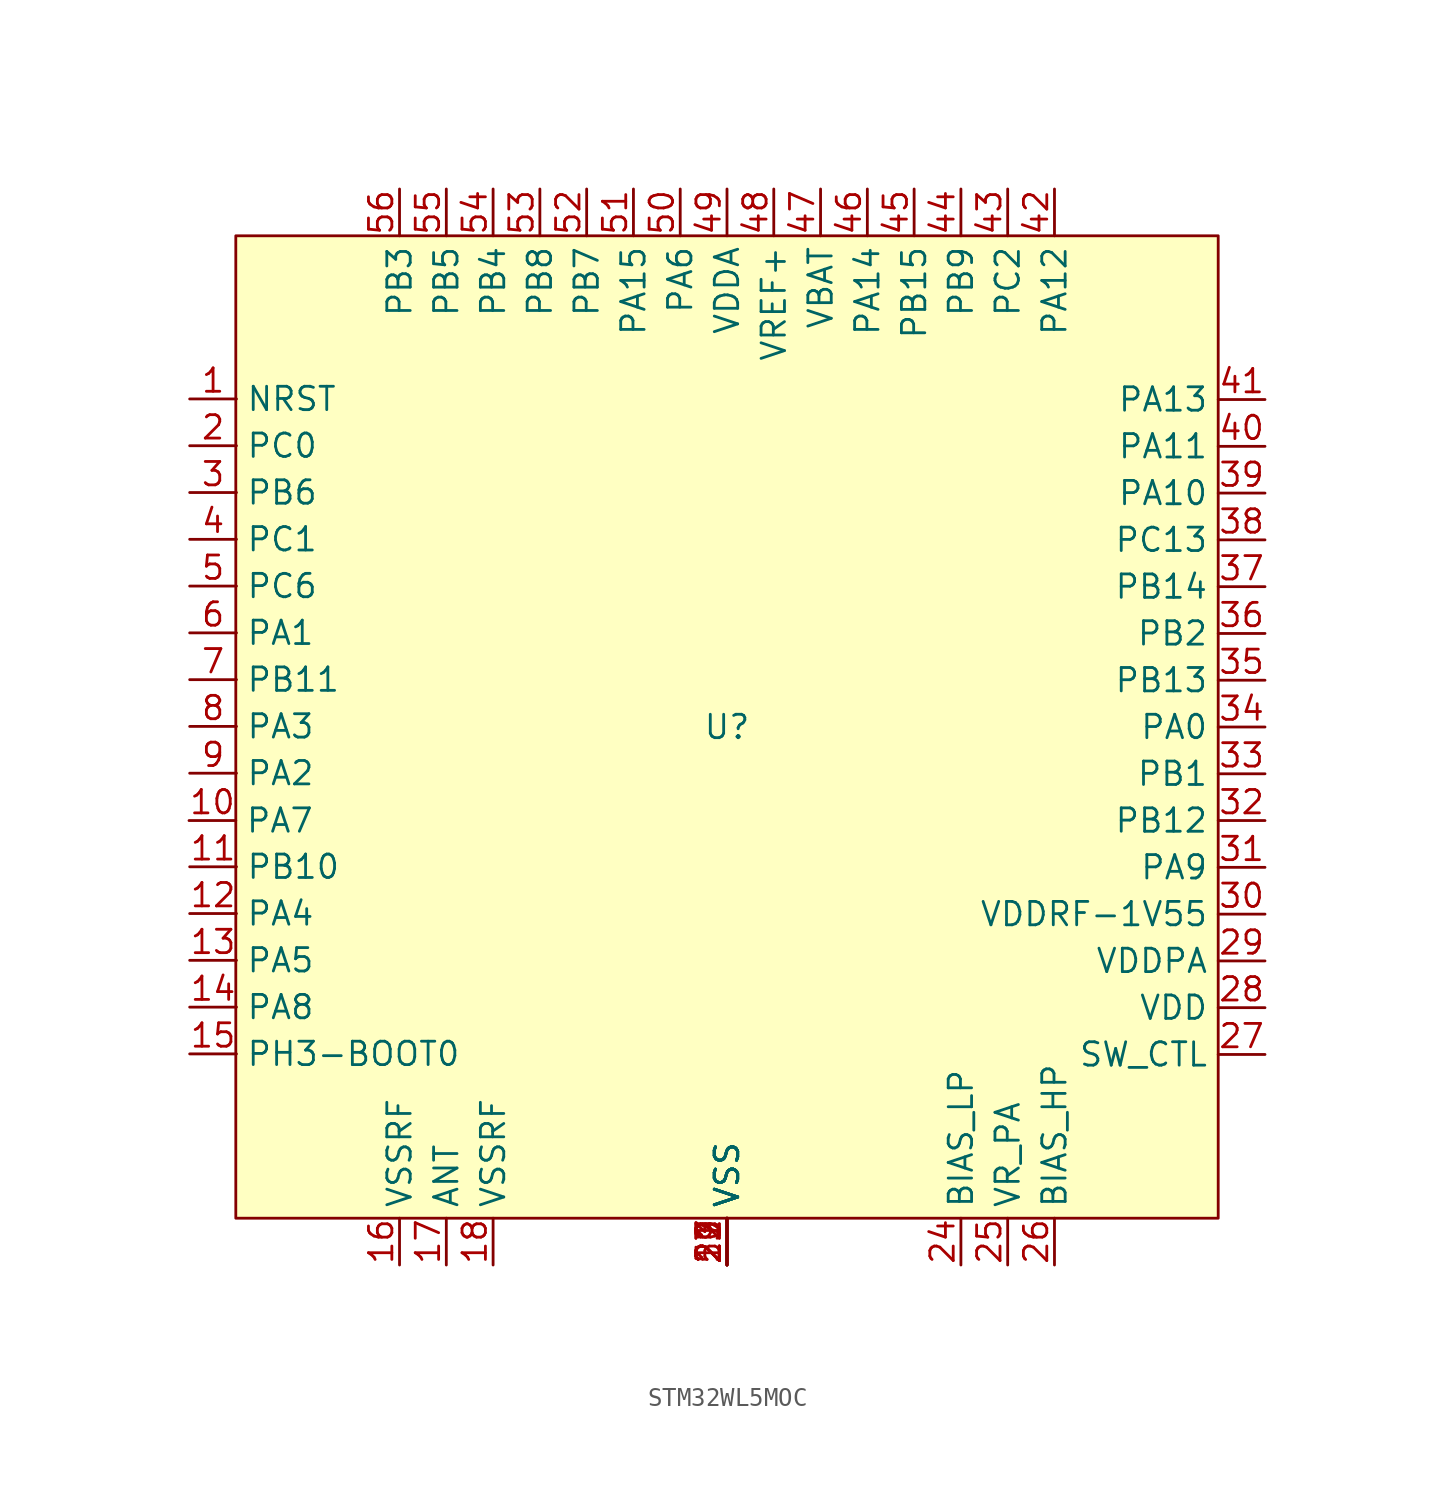
<source format=kicad_sym>
(kicad_symbol_lib
  (version 20231120)
  (generator "kicad_symbol_editor")
  (generator_version "8.0")
  (symbol "STM32WL5MOC"
    (property "Reference" "U"
      (at 0 0 0)
      (effects (font (size 1.27 1.27))))
    (property "Value" ""
      (at 0 0 0)
      (effects (font (size 1.27 1.27))))
    (symbol "STM32WL5MOC_1_1"
      (rectangle (start -26.67 26.67) (end 26.67 -26.67) (stroke (width 0) (type default)) (fill (type background)))
      (pin bidirectional line (at -29.174 17.811 0) (length 2.54) (name "NRST" (effects (font (size 1.27 1.27)))) (number "1" (effects (font (size 1.27 1.27)))))
      (pin bidirectional line (at -29.21 -5.08 0) (length 2.54) (name "PA7" (effects (font (size 1.27 1.27)))) (number "10" (effects (font (size 1.27 1.27)))))
      (pin bidirectional line (at -29.174 -7.589 0) (length 2.54) (name "PB10" (effects (font (size 1.27 1.27)))) (number "11" (effects (font (size 1.27 1.27)))))
      (pin bidirectional line (at -29.174 -10.129 0) (length 2.54) (name "PA4" (effects (font (size 1.27 1.27)))) (number "12" (effects (font (size 1.27 1.27)))))
      (pin bidirectional line (at -29.174 -12.669 0) (length 2.54) (name "PA5" (effects (font (size 1.27 1.27)))) (number "13" (effects (font (size 1.27 1.27)))))
      (pin bidirectional line (at -29.174 -15.209 0) (length 2.54) (name "PA8" (effects (font (size 1.27 1.27)))) (number "14" (effects (font (size 1.27 1.27)))))
      (pin bidirectional line (at -29.174 -17.749 0) (length 2.54) (name "PH3-BOOT0" (effects (font (size 1.27 1.27)))) (number "15" (effects (font (size 1.27 1.27)))))
      (pin bidirectional line (at -17.78 -29.21 90) (length 2.54) (name "VSSRF" (effects (font (size 1.27 1.27)))) (number "16" (effects (font (size 1.27 1.27)))))
      (pin bidirectional line (at -15.24 -29.21 90) (length 2.54) (name "ANT" (effects (font (size 1.27 1.27)))) (number "17" (effects (font (size 1.27 1.27)))))
      (pin bidirectional line (at -12.7 -29.21 90) (length 2.54) (name "VSSRF" (effects (font (size 1.27 1.27)))) (number "18" (effects (font (size 1.27 1.27)))))
      (pin bidirectional line (at 0 -29.21 90) (length 2.54) (name "VSS" (effects (font (size 1.27 1.27)))) (number "19" (effects (font (size 1.27 1.27)))))
      (pin bidirectional line (at -29.174 15.271 0) (length 2.54) (name "PC0" (effects (font (size 1.27 1.27)))) (number "2" (effects (font (size 1.27 1.27)))))
      (pin bidirectional line (at 0 -29.21 90) (length 2.54) (name "VSS" (effects (font (size 1.27 1.27)))) (number "20" (effects (font (size 1.27 1.27)))))
      (pin bidirectional line (at 0 -29.21 90) (length 2.54) (name "VSS" (effects (font (size 1.27 1.27)))) (number "21" (effects (font (size 1.27 1.27)))))
      (pin bidirectional line (at 0 -29.21 90) (length 2.54) (name "VSS" (effects (font (size 1.27 1.27)))) (number "22" (effects (font (size 1.27 1.27)))))
      (pin bidirectional line (at 0 -29.21 90) (length 2.54) (name "VSS" (effects (font (size 1.27 1.27)))) (number "23" (effects (font (size 1.27 1.27)))))
      (pin bidirectional line (at 12.7 -29.21 90) (length 2.54) (name "BIAS_LP" (effects (font (size 1.27 1.27)))) (number "24" (effects (font (size 1.27 1.27)))))
      (pin bidirectional line (at 15.24 -29.21 90) (length 2.54) (name "VR_PA" (effects (font (size 1.27 1.27)))) (number "25" (effects (font (size 1.27 1.27)))))
      (pin bidirectional line (at 17.78 -29.21 90) (length 2.54) (name "BIAS_HP" (effects (font (size 1.27 1.27)))) (number "26" (effects (font (size 1.27 1.27)))))
      (pin bidirectional line (at 29.21 -17.78 180) (length 2.54) (name "SW_CTL" (effects (font (size 1.27 1.27)))) (number "27" (effects (font (size 1.27 1.27)))))
      (pin bidirectional line (at 29.21 -15.24 180) (length 2.54) (name "VDD" (effects (font (size 1.27 1.27)))) (number "28" (effects (font (size 1.27 1.27)))))
      (pin bidirectional line (at 29.21 -12.7 180) (length 2.54) (name "VDDPA" (effects (font (size 1.27 1.27)))) (number "29" (effects (font (size 1.27 1.27)))))
      (pin bidirectional line (at -29.174 12.731 0) (length 2.54) (name "PB6" (effects (font (size 1.27 1.27)))) (number "3" (effects (font (size 1.27 1.27)))))
      (pin bidirectional line (at 29.21 -10.16 180) (length 2.54) (name "VDDRF-1V55" (effects (font (size 1.27 1.27)))) (number "30" (effects (font (size 1.27 1.27)))))
      (pin bidirectional line (at 29.21 -7.62 180) (length 2.54) (name "PA9" (effects (font (size 1.27 1.27)))) (number "31" (effects (font (size 1.27 1.27)))))
      (pin bidirectional line (at 29.21 -5.08 180) (length 2.54) (name "PB12" (effects (font (size 1.27 1.27)))) (number "32" (effects (font (size 1.27 1.27)))))
      (pin bidirectional line (at 29.21 -2.54 180) (length 2.54) (name "PB1" (effects (font (size 1.27 1.27)))) (number "33" (effects (font (size 1.27 1.27)))))
      (pin bidirectional line (at 29.21 0 180) (length 2.54) (name "PA0" (effects (font (size 1.27 1.27)))) (number "34" (effects (font (size 1.27 1.27)))))
      (pin bidirectional line (at 29.21 2.54 180) (length 2.54) (name "PB13" (effects (font (size 1.27 1.27)))) (number "35" (effects (font (size 1.27 1.27)))))
      (pin bidirectional line (at 29.21 5.08 180) (length 2.54) (name "PB2" (effects (font (size 1.27 1.27)))) (number "36" (effects (font (size 1.27 1.27)))))
      (pin bidirectional line (at 29.21 7.62 180) (length 2.54) (name "PB14" (effects (font (size 1.27 1.27)))) (number "37" (effects (font (size 1.27 1.27)))))
      (pin bidirectional line (at 29.21 10.16 180) (length 2.54) (name "PC13" (effects (font (size 1.27 1.27)))) (number "38" (effects (font (size 1.27 1.27)))))
      (pin bidirectional line (at 29.21 12.7 180) (length 2.54) (name "PA10" (effects (font (size 1.27 1.27)))) (number "39" (effects (font (size 1.27 1.27)))))
      (pin bidirectional line (at -29.174 10.191 0) (length 2.54) (name "PC1" (effects (font (size 1.27 1.27)))) (number "4" (effects (font (size 1.27 1.27)))))
      (pin bidirectional line (at 29.21 15.24 180) (length 2.54) (name "PA11" (effects (font (size 1.27 1.27)))) (number "40" (effects (font (size 1.27 1.27)))))
      (pin bidirectional line (at 29.21 17.78 180) (length 2.54) (name "PA13" (effects (font (size 1.27 1.27)))) (number "41" (effects (font (size 1.27 1.27)))))
      (pin bidirectional line (at 17.78 29.21 270) (length 2.54) (name "PA12" (effects (font (size 1.27 1.27)))) (number "42" (effects (font (size 1.27 1.27)))))
      (pin bidirectional line (at 15.24 29.21 270) (length 2.54) (name "PC2" (effects (font (size 1.27 1.27)))) (number "43" (effects (font (size 1.27 1.27)))))
      (pin bidirectional line (at 12.7 29.21 270) (length 2.54) (name "PB9" (effects (font (size 1.27 1.27)))) (number "44" (effects (font (size 1.27 1.27)))))
      (pin bidirectional line (at 10.16 29.21 270) (length 2.54) (name "PB15" (effects (font (size 1.27 1.27)))) (number "45" (effects (font (size 1.27 1.27)))))
      (pin bidirectional line (at 7.62 29.21 270) (length 2.54) (name "PA14" (effects (font (size 1.27 1.27)))) (number "46" (effects (font (size 1.27 1.27)))))
      (pin bidirectional line (at 5.08 29.21 270) (length 2.54) (name "VBAT" (effects (font (size 1.27 1.27)))) (number "47" (effects (font (size 1.27 1.27)))))
      (pin bidirectional line (at 2.54 29.21 270) (length 2.54) (name "VREF+" (effects (font (size 1.27 1.27)))) (number "48" (effects (font (size 1.27 1.27)))))
      (pin bidirectional line (at 0 29.21 270) (length 2.54) (name "VDDA" (effects (font (size 1.27 1.27)))) (number "49" (effects (font (size 1.27 1.27)))))
      (pin bidirectional line (at -29.174 7.651 0) (length 2.54) (name "PC6" (effects (font (size 1.27 1.27)))) (number "5" (effects (font (size 1.27 1.27)))))
      (pin bidirectional line (at -2.54 29.21 270) (length 2.54) (name "PA6" (effects (font (size 1.27 1.27)))) (number "50" (effects (font (size 1.27 1.27)))))
      (pin bidirectional line (at -5.08 29.21 270) (length 2.54) (name "PA15" (effects (font (size 1.27 1.27)))) (number "51" (effects (font (size 1.27 1.27)))))
      (pin bidirectional line (at -7.62 29.21 270) (length 2.54) (name "PB7" (effects (font (size 1.27 1.27)))) (number "52" (effects (font (size 1.27 1.27)))))
      (pin bidirectional line (at -10.16 29.21 270) (length 2.54) (name "PB8" (effects (font (size 1.27 1.27)))) (number "53" (effects (font (size 1.27 1.27)))))
      (pin bidirectional line (at -12.7 29.21 270) (length 2.54) (name "PB4" (effects (font (size 1.27 1.27)))) (number "54" (effects (font (size 1.27 1.27)))))
      (pin bidirectional line (at -15.24 29.21 270) (length 2.54) (name "PB5" (effects (font (size 1.27 1.27)))) (number "55" (effects (font (size 1.27 1.27)))))
      (pin bidirectional line (at -17.78 29.21 270) (length 2.54) (name "PB3" (effects (font (size 1.27 1.27)))) (number "56" (effects (font (size 1.27 1.27)))))
      (pin bidirectional line (at 0 -29.21 90) (length 2.54) (name "VSS" (effects (font (size 1.27 1.27)))) (number "57" (effects (font (size 1.27 1.27)))))
      (pin bidirectional line (at -29.174 5.111 0) (length 2.54) (name "PA1" (effects (font (size 1.27 1.27)))) (number "6" (effects (font (size 1.27 1.27)))))
      (pin bidirectional line (at -29.174 2.571 0) (length 2.54) (name "PB11" (effects (font (size 1.27 1.27)))) (number "7" (effects (font (size 1.27 1.27)))))
      (pin bidirectional line (at -29.174 0.031 0) (length 2.54) (name "PA3" (effects (font (size 1.27 1.27)))) (number "8" (effects (font (size 1.27 1.27)))))
      (pin bidirectional line (at -29.174 -2.509 0) (length 2.54) (name "PA2" (effects (font (size 1.27 1.27)))) (number "9" (effects (font (size 1.27 1.27))))))))
</source>
